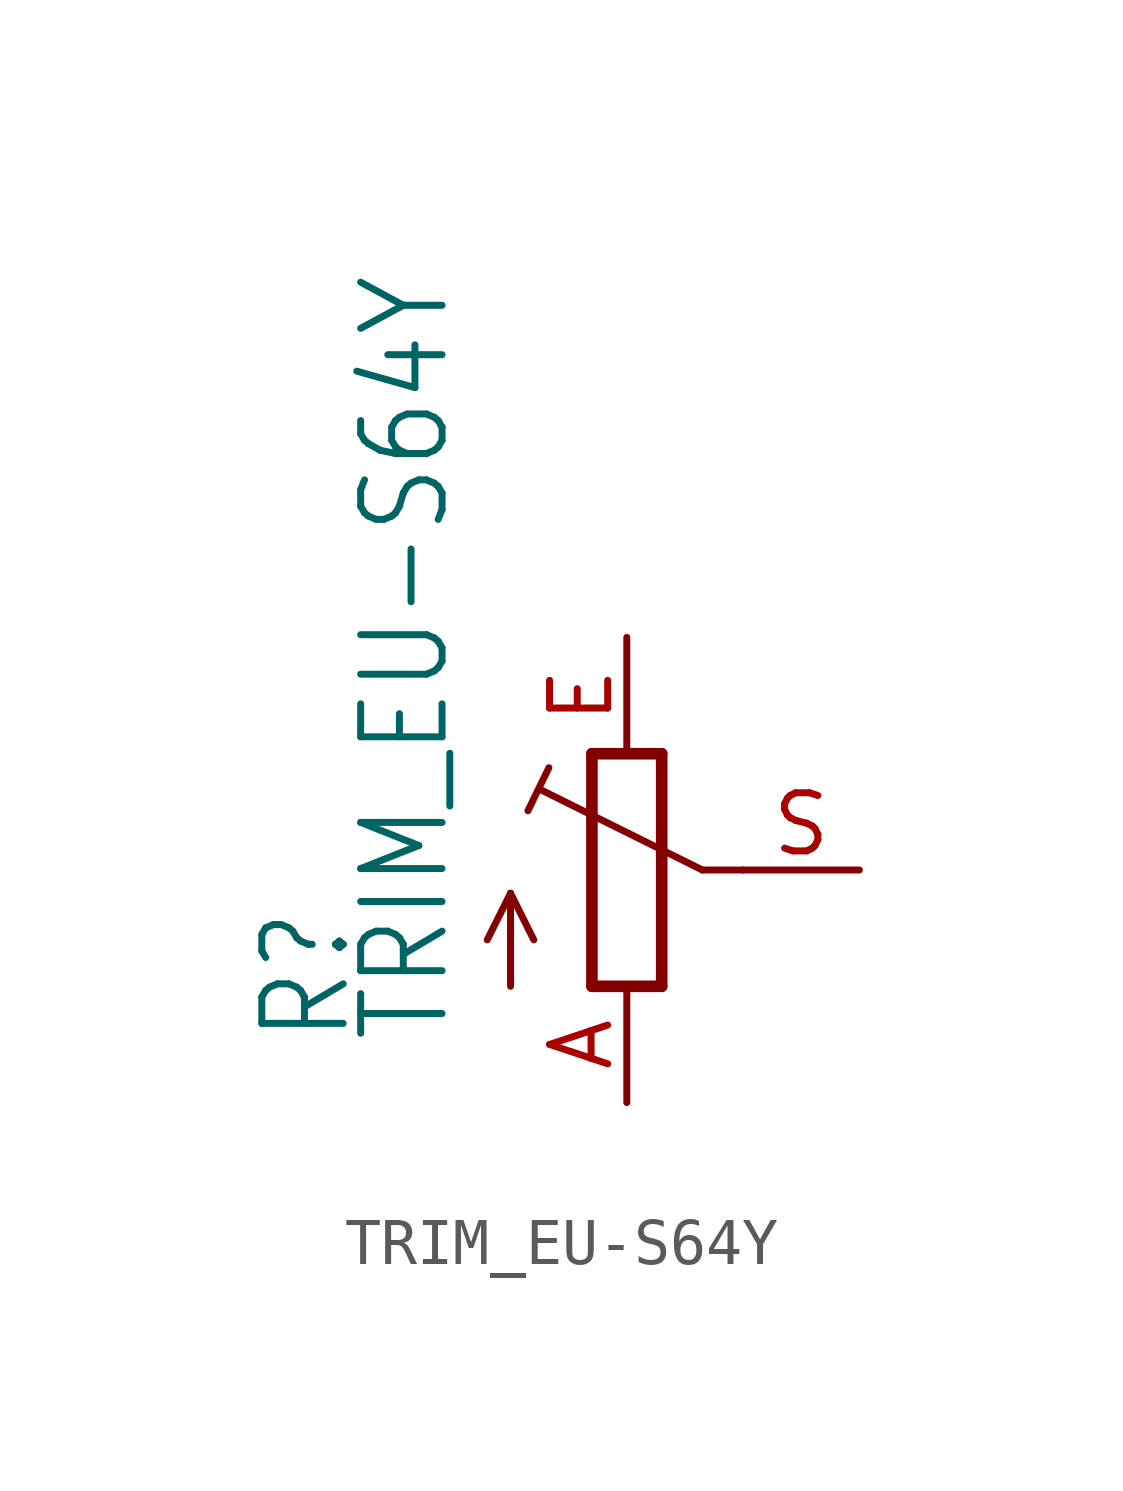
<source format=kicad_sym>
(kicad_symbol_lib
  (version 20211014)
  (generator kicad_symbol_editor)
  (symbol "TRIM_EU-S64Y"
    (property "Reference" "R"
      (at -5.969 -3.81 90)
      (effects (font (size 1.778 1.511)) (justify left bottom)))
    (property "Value" "TRIM_EU-S64Y"
      (at -3.81 -3.81 90)
      (effects (font (size 1.778 1.511)) (justify left bottom)))
    (property "ki_locked" ""
      (at 0 0 0)
      (effects (font (size 1.27 1.27))))
    (symbol "TRIM_EU-S64Y_1_0"
      (polyline (pts (xy -2.54 -2.54) (xy -2.54 -0.508)) (stroke (width 0.152) (type default) (color 0 0 0 0)) (fill (type none)))
      (polyline (pts (xy -2.54 -0.508) (xy -3.048 -1.524)) (stroke (width 0.152) (type default) (color 0 0 0 0)) (fill (type none)))
      (polyline (pts (xy -2.54 -0.508) (xy -2.032 -1.524)) (stroke (width 0.152) (type default) (color 0 0 0 0)) (fill (type none)))
      (polyline (pts (xy -2.16 1.294) (xy -1.702 2.235)) (stroke (width 0.152) (type default) (color 0 0 0 0)) (fill (type none)))
      (polyline (pts (xy -0.762 -2.54) (xy 0.762 -2.54)) (stroke (width 0.254) (type default) (color 0 0 0 0)) (fill (type none)))
      (polyline (pts (xy -0.762 2.54) (xy -0.762 -2.54)) (stroke (width 0.254) (type default) (color 0 0 0 0)) (fill (type none)))
      (polyline (pts (xy 0.762 -2.54) (xy 0.762 2.54)) (stroke (width 0.254) (type default) (color 0 0 0 0)) (fill (type none)))
      (polyline (pts (xy 0.762 2.54) (xy -0.762 2.54)) (stroke (width 0.254) (type default) (color 0 0 0 0)) (fill (type none)))
      (polyline (pts (xy 1.651 0) (xy -1.88 1.753)) (stroke (width 0.152) (type default) (color 0 0 0 0)) (fill (type none)))
      (polyline (pts (xy 2.54 0) (xy 1.651 0)) (stroke (width 0.152) (type default) (color 0 0 0 0)) (fill (type none)))
      (pin passive line (at 0 -5.08 90) (length 2.54) (name "A" (effects (font (size 0 0)))) (number "A" (effects (font (size 1.27 1.27)))))
      (pin passive line (at 0 5.08 270) (length 2.54) (name "E" (effects (font (size 0 0)))) (number "E" (effects (font (size 1.27 1.27)))))
      (pin passive line (at 5.08 0 180) (length 2.54) (name "S" (effects (font (size 0 0)))) (number "S" (effects (font (size 1.27 1.27))))))))
</source>
